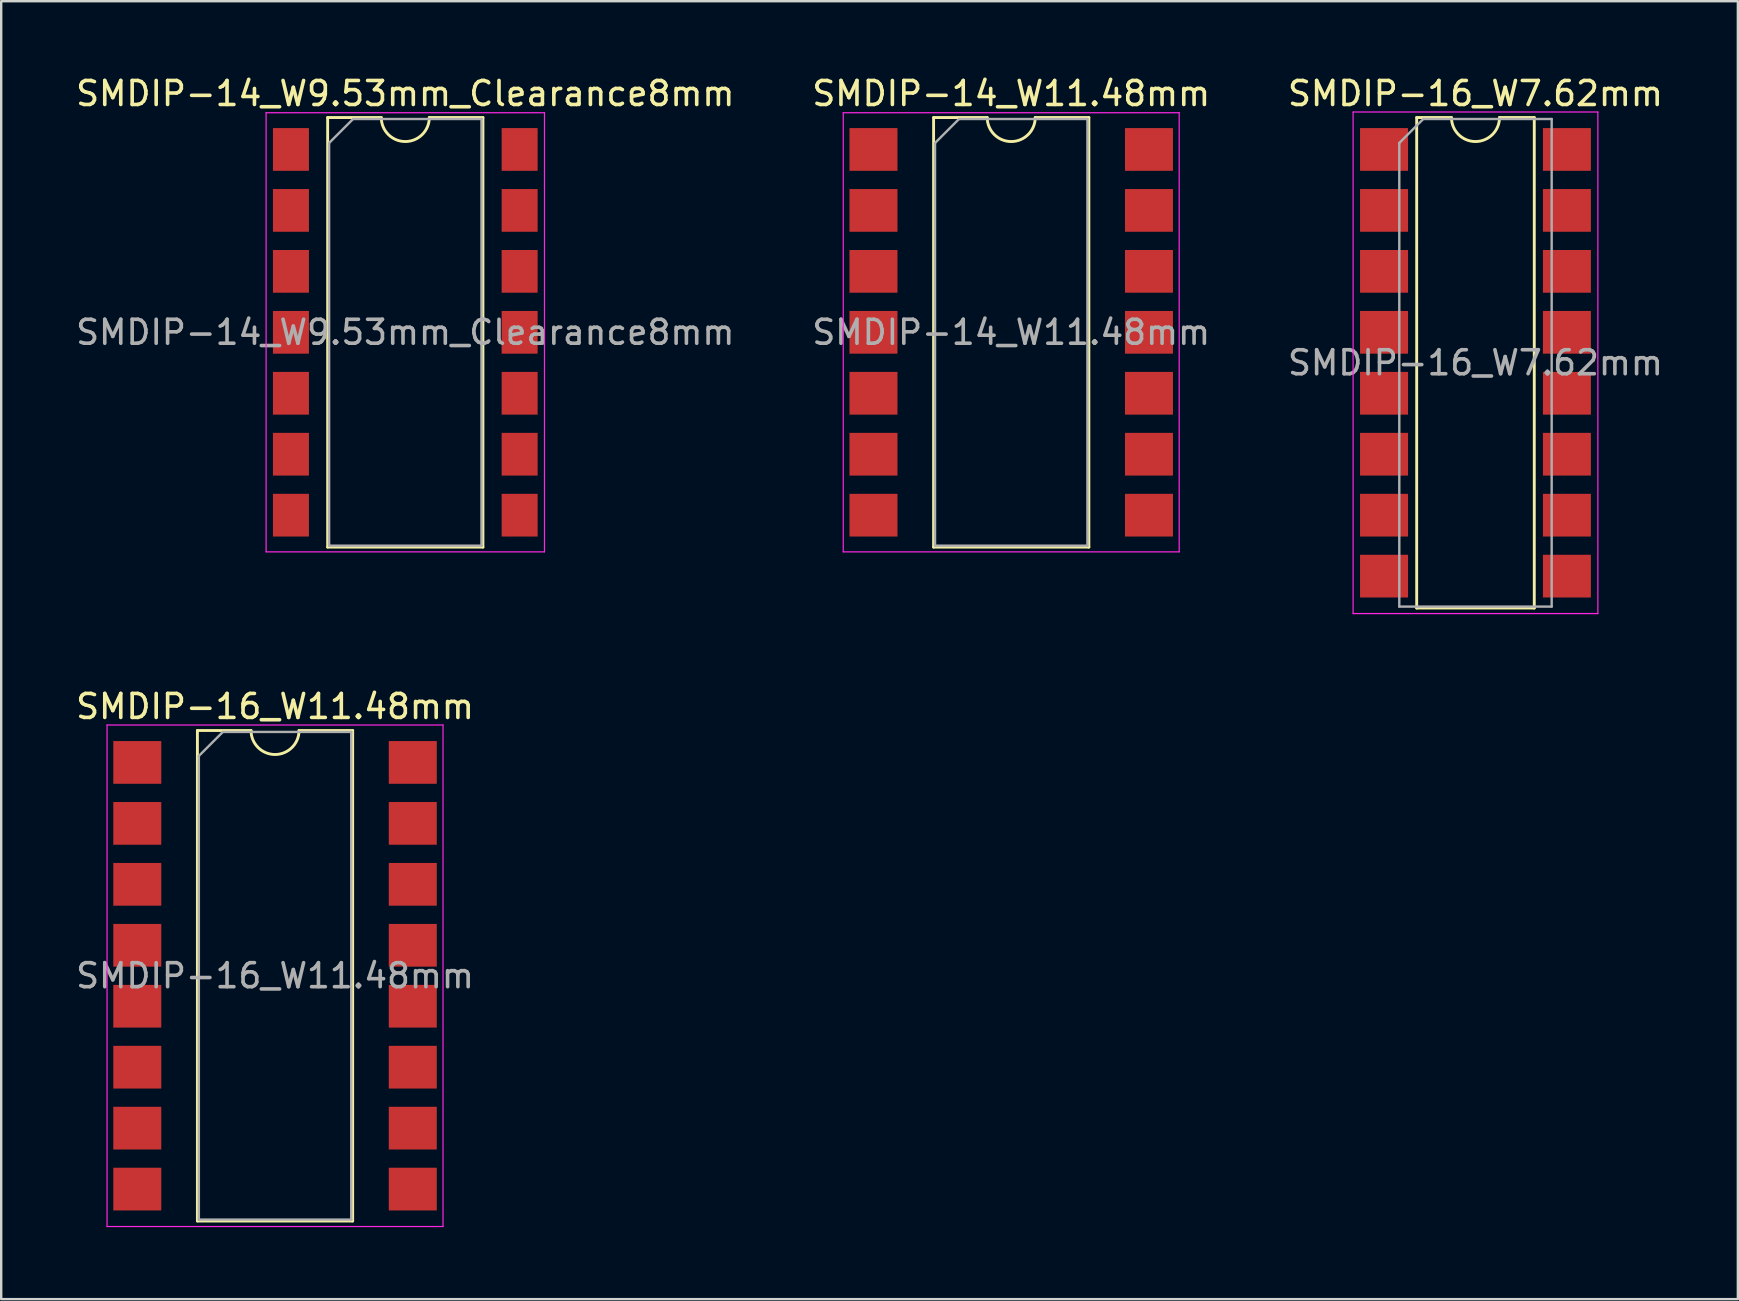
<source format=kicad_pcb>
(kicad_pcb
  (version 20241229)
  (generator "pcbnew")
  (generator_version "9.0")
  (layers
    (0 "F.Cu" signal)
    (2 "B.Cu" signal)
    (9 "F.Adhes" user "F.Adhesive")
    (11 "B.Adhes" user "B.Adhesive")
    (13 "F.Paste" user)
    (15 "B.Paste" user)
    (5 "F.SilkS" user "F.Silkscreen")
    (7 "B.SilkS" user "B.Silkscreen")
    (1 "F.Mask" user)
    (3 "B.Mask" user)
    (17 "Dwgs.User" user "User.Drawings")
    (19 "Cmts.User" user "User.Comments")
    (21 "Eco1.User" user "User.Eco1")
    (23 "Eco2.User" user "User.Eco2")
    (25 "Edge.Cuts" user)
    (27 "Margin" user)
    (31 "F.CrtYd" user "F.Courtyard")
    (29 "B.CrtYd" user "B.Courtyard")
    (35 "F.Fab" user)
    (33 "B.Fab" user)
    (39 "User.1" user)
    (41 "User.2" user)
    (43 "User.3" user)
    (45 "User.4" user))
  (footprint "SMDIP-14_W11.48mm"
    (layer "F.Cu")
    (at 39.089 10.798)
    (property "Reference" "SMDIP-14_W11.48mm" (at 0 -9.95 0) (layer "F.SilkS") (effects (font (size 1 1) (thickness 0.15))))
    (attr smd)
    (fp_line (start -3.235 -8.95) (end -3.235 8.95) (stroke (width 0.12) (type solid)) (layer "F.SilkS"))
    (fp_line (start -3.235 8.95) (end 3.235 8.95) (stroke (width 0.12) (type solid)) (layer "F.SilkS"))
    (fp_line (start -1 -8.95) (end -3.235 -8.95) (stroke (width 0.12) (type solid)) (layer "F.SilkS"))
    (fp_line (start 3.235 -8.95) (end 1 -8.95) (stroke (width 0.12) (type solid)) (layer "F.SilkS"))
    (fp_line (start 3.235 8.95) (end 3.235 -8.95) (stroke (width 0.12) (type solid)) (layer "F.SilkS"))
    (fp_arc (start 1 -8.95) (mid 0 -7.95) (end -1 -8.95) (stroke (width 0.12) (type solid)) (layer "F.SilkS"))
    (fp_line (start -7 -9.15) (end -7 9.15) (stroke (width 0.05) (type solid)) (layer "F.CrtYd"))
    (fp_line (start -7 9.15) (end 7 9.15) (stroke (width 0.05) (type solid)) (layer "F.CrtYd"))
    (fp_line (start 7 -9.15) (end -7 -9.15) (stroke (width 0.05) (type solid)) (layer "F.CrtYd"))
    (fp_line (start 7 9.15) (end 7 -9.15) (stroke (width 0.05) (type solid)) (layer "F.CrtYd"))
    (fp_line (start -3.175 -7.89) (end -2.175 -8.89) (stroke (width 0.1) (type solid)) (layer "F.Fab"))
    (fp_line (start -3.175 8.89) (end -3.175 -7.89) (stroke (width 0.1) (type solid)) (layer "F.Fab"))
    (fp_line (start -2.175 -8.89) (end 3.175 -8.89) (stroke (width 0.1) (type solid)) (layer "F.Fab"))
    (fp_line (start 3.175 -8.89) (end 3.175 8.89) (stroke (width 0.1) (type solid)) (layer "F.Fab"))
    (fp_line (start 3.175 8.89) (end -3.175 8.89) (stroke (width 0.1) (type solid)) (layer "F.Fab"))
    (fp_text user "${REFERENCE}" (at 0 0 0) (layer "F.Fab") (effects (font (size 1 1) (thickness 0.15))))
    (pad "1" smd rect (at -5.74 -7.62) (size 2 1.78) (layers "F.Cu" "F.Mask" "F.Paste"))
    (pad "2" smd rect (at -5.74 -5.08) (size 2 1.78) (layers "F.Cu" "F.Mask" "F.Paste"))
    (pad "3" smd rect (at -5.74 -2.54) (size 2 1.78) (layers "F.Cu" "F.Mask" "F.Paste"))
    (pad "4" smd rect (at -5.74 0) (size 2 1.78) (layers "F.Cu" "F.Mask" "F.Paste"))
    (pad "5" smd rect (at -5.74 2.54) (size 2 1.78) (layers "F.Cu" "F.Mask" "F.Paste"))
    (pad "6" smd rect (at -5.74 5.08) (size 2 1.78) (layers "F.Cu" "F.Mask" "F.Paste"))
    (pad "7" smd rect (at -5.74 7.62) (size 2 1.78) (layers "F.Cu" "F.Mask" "F.Paste"))
    (pad "8" smd rect (at 5.74 7.62) (size 2 1.78) (layers "F.Cu" "F.Mask" "F.Paste"))
    (pad "9" smd rect (at 5.74 5.08) (size 2 1.78) (layers "F.Cu" "F.Mask" "F.Paste"))
    (pad "10" smd rect (at 5.74 2.54) (size 2 1.78) (layers "F.Cu" "F.Mask" "F.Paste"))
    (pad "11" smd rect (at 5.74 0) (size 2 1.78) (layers "F.Cu" "F.Mask" "F.Paste"))
    (pad "12" smd rect (at 5.74 -2.54) (size 2 1.78) (layers "F.Cu" "F.Mask" "F.Paste"))
    (pad "13" smd rect (at 5.74 -5.08) (size 2 1.78) (layers "F.Cu" "F.Mask" "F.Paste"))
    (pad "14" smd rect (at 5.74 -7.62) (size 2 1.78) (layers "F.Cu" "F.Mask" "F.Paste")))
  (footprint "SMDIP-14_W9.53mm_Clearance8mm"
    (layer "F.Cu")
    (at 13.839 10.798)
    (property "Reference" "SMDIP-14_W9.53mm_Clearance8mm" (at 0 -9.95 0) (layer "F.SilkS") (effects (font (size 1 1) (thickness 0.15))))
    (attr smd)
    (fp_line (start -3.235 -8.95) (end -3.235 8.95) (stroke (width 0.12) (type solid)) (layer "F.SilkS"))
    (fp_line (start -3.235 8.95) (end 3.235 8.95) (stroke (width 0.12) (type solid)) (layer "F.SilkS"))
    (fp_line (start -1 -8.95) (end -3.235 -8.95) (stroke (width 0.12) (type solid)) (layer "F.SilkS"))
    (fp_line (start 3.235 -8.95) (end 1 -8.95) (stroke (width 0.12) (type solid)) (layer "F.SilkS"))
    (fp_line (start 3.235 8.95) (end 3.235 -8.95) (stroke (width 0.12) (type solid)) (layer "F.SilkS"))
    (fp_arc (start 1 -8.95) (mid 0 -7.95) (end -1 -8.95) (stroke (width 0.12) (type solid)) (layer "F.SilkS"))
    (fp_line (start -5.8 -9.15) (end -5.8 9.15) (stroke (width 0.05) (type solid)) (layer "F.CrtYd"))
    (fp_line (start -5.8 9.15) (end 5.8 9.15) (stroke (width 0.05) (type solid)) (layer "F.CrtYd"))
    (fp_line (start 5.8 -9.15) (end -5.8 -9.15) (stroke (width 0.05) (type solid)) (layer "F.CrtYd"))
    (fp_line (start 5.8 9.15) (end 5.8 -9.15) (stroke (width 0.05) (type solid)) (layer "F.CrtYd"))
    (fp_line (start -3.175 -7.89) (end -2.175 -8.89) (stroke (width 0.1) (type solid)) (layer "F.Fab"))
    (fp_line (start -3.175 8.89) (end -3.175 -7.89) (stroke (width 0.1) (type solid)) (layer "F.Fab"))
    (fp_line (start -2.175 -8.89) (end 3.175 -8.89) (stroke (width 0.1) (type solid)) (layer "F.Fab"))
    (fp_line (start 3.175 -8.89) (end 3.175 8.89) (stroke (width 0.1) (type solid)) (layer "F.Fab"))
    (fp_line (start 3.175 8.89) (end -3.175 8.89) (stroke (width 0.1) (type solid)) (layer "F.Fab"))
    (fp_text user "${REFERENCE}" (at 0 0 0) (layer "F.Fab") (effects (font (size 1 1) (thickness 0.15))))
    (pad "1" smd rect (at -4.765 -7.62) (size 1.5 1.78) (layers "F.Cu" "F.Mask" "F.Paste"))
    (pad "2" smd rect (at -4.765 -5.08) (size 1.5 1.78) (layers "F.Cu" "F.Mask" "F.Paste"))
    (pad "3" smd rect (at -4.765 -2.54) (size 1.5 1.78) (layers "F.Cu" "F.Mask" "F.Paste"))
    (pad "4" smd rect (at -4.765 0) (size 1.5 1.78) (layers "F.Cu" "F.Mask" "F.Paste"))
    (pad "5" smd rect (at -4.765 2.54) (size 1.5 1.78) (layers "F.Cu" "F.Mask" "F.Paste"))
    (pad "6" smd rect (at -4.765 5.08) (size 1.5 1.78) (layers "F.Cu" "F.Mask" "F.Paste"))
    (pad "7" smd rect (at -4.765 7.62) (size 1.5 1.78) (layers "F.Cu" "F.Mask" "F.Paste"))
    (pad "8" smd rect (at 4.765 7.62) (size 1.5 1.78) (layers "F.Cu" "F.Mask" "F.Paste"))
    (pad "9" smd rect (at 4.765 5.08) (size 1.5 1.78) (layers "F.Cu" "F.Mask" "F.Paste"))
    (pad "10" smd rect (at 4.765 2.54) (size 1.5 1.78) (layers "F.Cu" "F.Mask" "F.Paste"))
    (pad "11" smd rect (at 4.765 0) (size 1.5 1.78) (layers "F.Cu" "F.Mask" "F.Paste"))
    (pad "12" smd rect (at 4.765 -2.54) (size 1.5 1.78) (layers "F.Cu" "F.Mask" "F.Paste"))
    (pad "13" smd rect (at 4.765 -5.08) (size 1.5 1.78) (layers "F.Cu" "F.Mask" "F.Paste"))
    (pad "14" smd rect (at 4.765 -7.62) (size 1.5 1.78) (layers "F.Cu" "F.Mask" "F.Paste")))
  (footprint "SMDIP-16_W7.62mm"
    (layer "F.Cu")
    (at 58.435 12.068)
    (property "Reference" "SMDIP-16_W7.62mm" (at 0 -11.22 0) (layer "F.SilkS") (effects (font (size 1 1) (thickness 0.15))))
    (attr smd)
    (fp_line (start -2.45 -10.22) (end -2.45 10.22) (stroke (width 0.12) (type solid)) (layer "F.SilkS"))
    (fp_line (start -2.45 10.22) (end 2.45 10.22) (stroke (width 0.12) (type solid)) (layer "F.SilkS"))
    (fp_line (start -1 -10.22) (end -2.45 -10.22) (stroke (width 0.12) (type solid)) (layer "F.SilkS"))
    (fp_line (start 2.45 -10.22) (end 1 -10.22) (stroke (width 0.12) (type solid)) (layer "F.SilkS"))
    (fp_line (start 2.45 10.22) (end 2.45 -10.22) (stroke (width 0.12) (type solid)) (layer "F.SilkS"))
    (fp_arc (start 1 -10.22) (mid 0 -9.22) (end -1 -10.22) (stroke (width 0.12) (type solid)) (layer "F.SilkS"))
    (fp_line (start -5.1 -10.45) (end -5.1 10.45) (stroke (width 0.05) (type solid)) (layer "F.CrtYd"))
    (fp_line (start -5.1 10.45) (end 5.1 10.45) (stroke (width 0.05) (type solid)) (layer "F.CrtYd"))
    (fp_line (start 5.1 -10.45) (end -5.1 -10.45) (stroke (width 0.05) (type solid)) (layer "F.CrtYd"))
    (fp_line (start 5.1 10.45) (end 5.1 -10.45) (stroke (width 0.05) (type solid)) (layer "F.CrtYd"))
    (fp_line (start -3.175 -9.16) (end -2.175 -10.16) (stroke (width 0.1) (type solid)) (layer "F.Fab"))
    (fp_line (start -3.175 10.16) (end -3.175 -9.16) (stroke (width 0.1) (type solid)) (layer "F.Fab"))
    (fp_line (start -2.175 -10.16) (end 3.175 -10.16) (stroke (width 0.1) (type solid)) (layer "F.Fab"))
    (fp_line (start 3.175 -10.16) (end 3.175 10.16) (stroke (width 0.1) (type solid)) (layer "F.Fab"))
    (fp_line (start 3.175 10.16) (end -3.175 10.16) (stroke (width 0.1) (type solid)) (layer "F.Fab"))
    (fp_text user "${REFERENCE}" (at 0 0 0) (layer "F.Fab") (effects (font (size 1 1) (thickness 0.15))))
    (pad "1" smd rect (at -3.81 -8.89) (size 2 1.78) (layers "F.Cu" "F.Mask" "F.Paste"))
    (pad "2" smd rect (at -3.81 -6.35) (size 2 1.78) (layers "F.Cu" "F.Mask" "F.Paste"))
    (pad "3" smd rect (at -3.81 -3.81) (size 2 1.78) (layers "F.Cu" "F.Mask" "F.Paste"))
    (pad "4" smd rect (at -3.81 -1.27) (size 2 1.78) (layers "F.Cu" "F.Mask" "F.Paste"))
    (pad "5" smd rect (at -3.81 1.27) (size 2 1.78) (layers "F.Cu" "F.Mask" "F.Paste"))
    (pad "6" smd rect (at -3.81 3.81) (size 2 1.78) (layers "F.Cu" "F.Mask" "F.Paste"))
    (pad "7" smd rect (at -3.81 6.35) (size 2 1.78) (layers "F.Cu" "F.Mask" "F.Paste"))
    (pad "8" smd rect (at -3.81 8.89) (size 2 1.78) (layers "F.Cu" "F.Mask" "F.Paste"))
    (pad "9" smd rect (at 3.81 8.89) (size 2 1.78) (layers "F.Cu" "F.Mask" "F.Paste"))
    (pad "10" smd rect (at 3.81 6.35) (size 2 1.78) (layers "F.Cu" "F.Mask" "F.Paste"))
    (pad "11" smd rect (at 3.81 3.81) (size 2 1.78) (layers "F.Cu" "F.Mask" "F.Paste"))
    (pad "12" smd rect (at 3.81 1.27) (size 2 1.78) (layers "F.Cu" "F.Mask" "F.Paste"))
    (pad "13" smd rect (at 3.81 -1.27) (size 2 1.78) (layers "F.Cu" "F.Mask" "F.Paste"))
    (pad "14" smd rect (at 3.81 -3.81) (size 2 1.78) (layers "F.Cu" "F.Mask" "F.Paste"))
    (pad "15" smd rect (at 3.81 -6.35) (size 2 1.78) (layers "F.Cu" "F.Mask" "F.Paste"))
    (pad "16" smd rect (at 3.81 -8.89) (size 2 1.78) (layers "F.Cu" "F.Mask" "F.Paste")))
  (footprint "SMDIP-16_W11.48mm"
    (layer "F.Cu")
    (at 8.411 37.611)
    (property "Reference" "SMDIP-16_W11.48mm" (at 0 -11.22 0) (layer "F.SilkS") (effects (font (size 1 1) (thickness 0.15))))
    (attr smd)
    (fp_line (start -3.235 -10.22) (end -3.235 10.22) (stroke (width 0.12) (type solid)) (layer "F.SilkS"))
    (fp_line (start -3.235 10.22) (end 3.235 10.22) (stroke (width 0.12) (type solid)) (layer "F.SilkS"))
    (fp_line (start -1 -10.22) (end -3.235 -10.22) (stroke (width 0.12) (type solid)) (layer "F.SilkS"))
    (fp_line (start 3.235 -10.22) (end 1 -10.22) (stroke (width 0.12) (type solid)) (layer "F.SilkS"))
    (fp_line (start 3.235 10.22) (end 3.235 -10.22) (stroke (width 0.12) (type solid)) (layer "F.SilkS"))
    (fp_arc (start 1 -10.22) (mid 0 -9.22) (end -1 -10.22) (stroke (width 0.12) (type solid)) (layer "F.SilkS"))
    (fp_line (start -7 -10.45) (end -7 10.45) (stroke (width 0.05) (type solid)) (layer "F.CrtYd"))
    (fp_line (start -7 10.45) (end 7 10.45) (stroke (width 0.05) (type solid)) (layer "F.CrtYd"))
    (fp_line (start 7 -10.45) (end -7 -10.45) (stroke (width 0.05) (type solid)) (layer "F.CrtYd"))
    (fp_line (start 7 10.45) (end 7 -10.45) (stroke (width 0.05) (type solid)) (layer "F.CrtYd"))
    (fp_line (start -3.175 -9.16) (end -2.175 -10.16) (stroke (width 0.1) (type solid)) (layer "F.Fab"))
    (fp_line (start -3.175 10.16) (end -3.175 -9.16) (stroke (width 0.1) (type solid)) (layer "F.Fab"))
    (fp_line (start -2.175 -10.16) (end 3.175 -10.16) (stroke (width 0.1) (type solid)) (layer "F.Fab"))
    (fp_line (start 3.175 -10.16) (end 3.175 10.16) (stroke (width 0.1) (type solid)) (layer "F.Fab"))
    (fp_line (start 3.175 10.16) (end -3.175 10.16) (stroke (width 0.1) (type solid)) (layer "F.Fab"))
    (fp_text user "${REFERENCE}" (at 0 0 0) (layer "F.Fab") (effects (font (size 1 1) (thickness 0.15))))
    (pad "1" smd rect (at -5.74 -8.89) (size 2 1.78) (layers "F.Cu" "F.Mask" "F.Paste"))
    (pad "2" smd rect (at -5.74 -6.35) (size 2 1.78) (layers "F.Cu" "F.Mask" "F.Paste"))
    (pad "3" smd rect (at -5.74 -3.81) (size 2 1.78) (layers "F.Cu" "F.Mask" "F.Paste"))
    (pad "4" smd rect (at -5.74 -1.27) (size 2 1.78) (layers "F.Cu" "F.Mask" "F.Paste"))
    (pad "5" smd rect (at -5.74 1.27) (size 2 1.78) (layers "F.Cu" "F.Mask" "F.Paste"))
    (pad "6" smd rect (at -5.74 3.81) (size 2 1.78) (layers "F.Cu" "F.Mask" "F.Paste"))
    (pad "7" smd rect (at -5.74 6.35) (size 2 1.78) (layers "F.Cu" "F.Mask" "F.Paste"))
    (pad "8" smd rect (at -5.74 8.89) (size 2 1.78) (layers "F.Cu" "F.Mask" "F.Paste"))
    (pad "9" smd rect (at 5.74 8.89) (size 2 1.78) (layers "F.Cu" "F.Mask" "F.Paste"))
    (pad "10" smd rect (at 5.74 6.35) (size 2 1.78) (layers "F.Cu" "F.Mask" "F.Paste"))
    (pad "11" smd rect (at 5.74 3.81) (size 2 1.78) (layers "F.Cu" "F.Mask" "F.Paste"))
    (pad "12" smd rect (at 5.74 1.27) (size 2 1.78) (layers "F.Cu" "F.Mask" "F.Paste"))
    (pad "13" smd rect (at 5.74 -1.27) (size 2 1.78) (layers "F.Cu" "F.Mask" "F.Paste"))
    (pad "14" smd rect (at 5.74 -3.81) (size 2 1.78) (layers "F.Cu" "F.Mask" "F.Paste"))
    (pad "15" smd rect (at 5.74 -6.35) (size 2 1.78) (layers "F.Cu" "F.Mask" "F.Paste"))
    (pad "16" smd rect (at 5.74 -8.89) (size 2 1.78) (layers "F.Cu" "F.Mask" "F.Paste")))
  (gr_rect
    (start -3 -3)
    (end 69.369 51.087)
    (stroke (width 0.1) (type default))
    (fill no)
    (layer "Edge.Cuts")))
</source>
